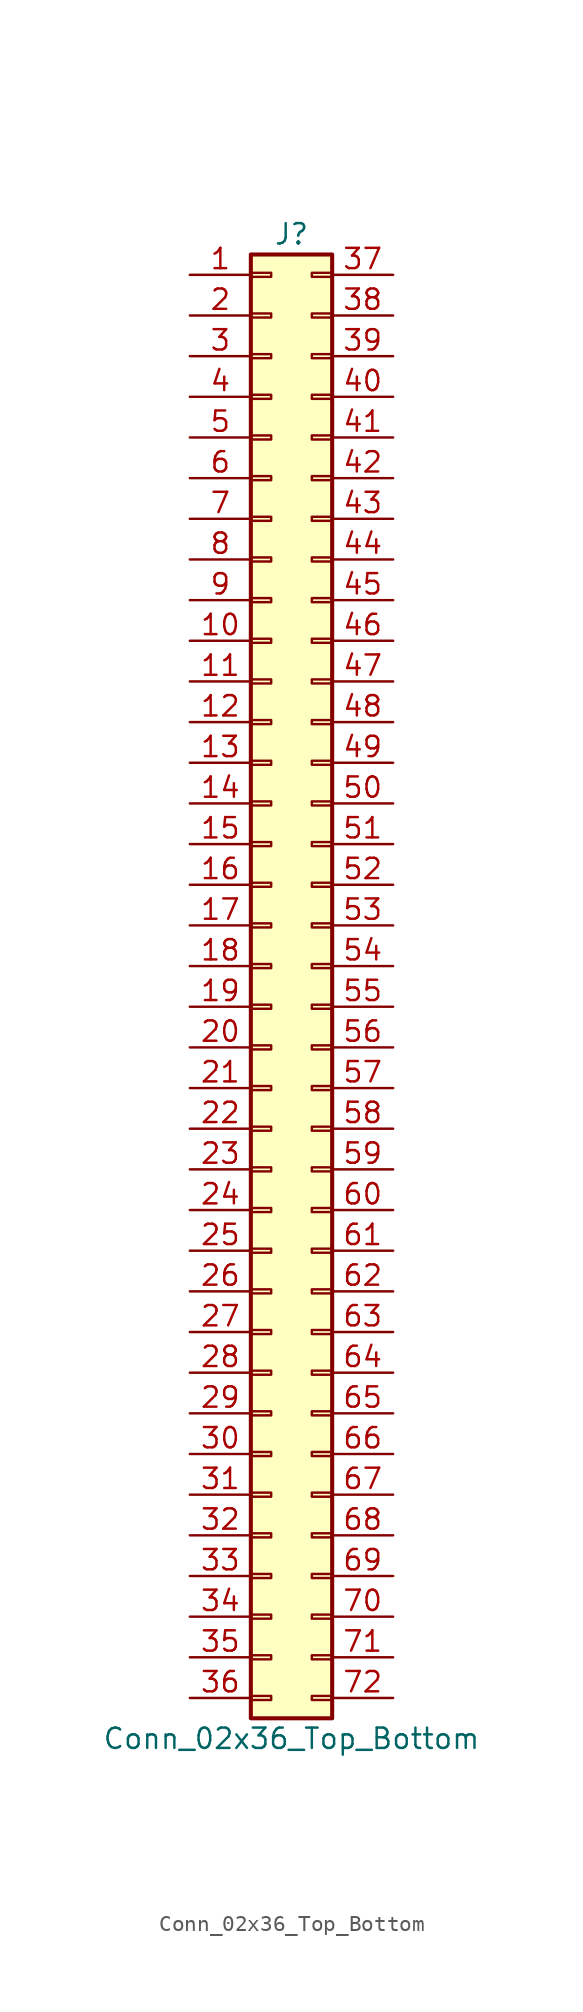
<source format=kicad_sym>
(kicad_symbol_lib
  (version 20201005)
  (generator kicad_symbol_editor)
  (symbol "Conn_02x36_Top_Bottom"
    (pin_names
      (offset 1.016) hide)
    (property "Reference" "J"
      (at 1.27 45.72 0)
      (effects (font (size 1.27 1.27))))
    (property "Value" "Conn_02x36_Top_Bottom"
      (at 1.27 -48.26 0)
      (effects (font (size 1.27 1.27))))
    (symbol "Conn_02x36_Top_Bottom_1_1"
      (rectangle (start -1.27 -45.593) (end 0 -45.847) (stroke (width 0.152)) (fill (type none)))
      (rectangle (start -1.27 -43.053) (end 0 -43.307) (stroke (width 0.152)) (fill (type none)))
      (rectangle (start -1.27 -40.513) (end 0 -40.767) (stroke (width 0.152)) (fill (type none)))
      (rectangle (start -1.27 -37.973) (end 0 -38.227) (stroke (width 0.152)) (fill (type none)))
      (rectangle (start -1.27 -35.433) (end 0 -35.687) (stroke (width 0.152)) (fill (type none)))
      (rectangle (start -1.27 -32.893) (end 0 -33.147) (stroke (width 0.152)) (fill (type none)))
      (rectangle (start -1.27 -30.353) (end 0 -30.607) (stroke (width 0.152)) (fill (type none)))
      (rectangle (start -1.27 -27.813) (end 0 -28.067) (stroke (width 0.152)) (fill (type none)))
      (rectangle (start -1.27 -25.273) (end 0 -25.527) (stroke (width 0.152)) (fill (type none)))
      (rectangle (start -1.27 -22.733) (end 0 -22.987) (stroke (width 0.152)) (fill (type none)))
      (rectangle (start -1.27 -20.193) (end 0 -20.447) (stroke (width 0.152)) (fill (type none)))
      (rectangle (start -1.27 -17.653) (end 0 -17.907) (stroke (width 0.152)) (fill (type none)))
      (rectangle (start -1.27 -15.113) (end 0 -15.367) (stroke (width 0.152)) (fill (type none)))
      (rectangle (start -1.27 -12.573) (end 0 -12.827) (stroke (width 0.152)) (fill (type none)))
      (rectangle (start -1.27 -10.033) (end 0 -10.287) (stroke (width 0.152)) (fill (type none)))
      (rectangle (start -1.27 -7.493) (end 0 -7.747) (stroke (width 0.152)) (fill (type none)))
      (rectangle (start -1.27 -4.953) (end 0 -5.207) (stroke (width 0.152)) (fill (type none)))
      (rectangle (start -1.27 -2.413) (end 0 -2.667) (stroke (width 0.152)) (fill (type none)))
      (rectangle (start -1.27 0.127) (end 0 -0.127) (stroke (width 0.152)) (fill (type none)))
      (rectangle (start -1.27 2.667) (end 0 2.413) (stroke (width 0.152)) (fill (type none)))
      (rectangle (start -1.27 5.207) (end 0 4.953) (stroke (width 0.152)) (fill (type none)))
      (rectangle (start -1.27 7.747) (end 0 7.493) (stroke (width 0.152)) (fill (type none)))
      (rectangle (start -1.27 10.287) (end 0 10.033) (stroke (width 0.152)) (fill (type none)))
      (rectangle (start -1.27 12.827) (end 0 12.573) (stroke (width 0.152)) (fill (type none)))
      (rectangle (start -1.27 15.367) (end 0 15.113) (stroke (width 0.152)) (fill (type none)))
      (rectangle (start -1.27 17.907) (end 0 17.653) (stroke (width 0.152)) (fill (type none)))
      (rectangle (start -1.27 20.447) (end 0 20.193) (stroke (width 0.152)) (fill (type none)))
      (rectangle (start -1.27 22.987) (end 0 22.733) (stroke (width 0.152)) (fill (type none)))
      (rectangle (start -1.27 25.527) (end 0 25.273) (stroke (width 0.152)) (fill (type none)))
      (rectangle (start -1.27 28.067) (end 0 27.813) (stroke (width 0.152)) (fill (type none)))
      (rectangle (start -1.27 30.607) (end 0 30.353) (stroke (width 0.152)) (fill (type none)))
      (rectangle (start -1.27 33.147) (end 0 32.893) (stroke (width 0.152)) (fill (type none)))
      (rectangle (start -1.27 35.687) (end 0 35.433) (stroke (width 0.152)) (fill (type none)))
      (rectangle (start -1.27 38.227) (end 0 37.973) (stroke (width 0.152)) (fill (type none)))
      (rectangle (start -1.27 40.767) (end 0 40.513) (stroke (width 0.152)) (fill (type none)))
      (rectangle (start -1.27 43.307) (end 0 43.053) (stroke (width 0.152)) (fill (type none)))
      (rectangle (start 3.81 -45.593) (end 2.54 -45.847) (stroke (width 0.152)) (fill (type none)))
      (rectangle (start 3.81 -43.053) (end 2.54 -43.307) (stroke (width 0.152)) (fill (type none)))
      (rectangle (start 3.81 -40.513) (end 2.54 -40.767) (stroke (width 0.152)) (fill (type none)))
      (rectangle (start 3.81 -37.973) (end 2.54 -38.227) (stroke (width 0.152)) (fill (type none)))
      (rectangle (start 3.81 -35.433) (end 2.54 -35.687) (stroke (width 0.152)) (fill (type none)))
      (rectangle (start 3.81 -32.893) (end 2.54 -33.147) (stroke (width 0.152)) (fill (type none)))
      (rectangle (start 3.81 -30.353) (end 2.54 -30.607) (stroke (width 0.152)) (fill (type none)))
      (rectangle (start 3.81 -27.813) (end 2.54 -28.067) (stroke (width 0.152)) (fill (type none)))
      (rectangle (start 3.81 -25.273) (end 2.54 -25.527) (stroke (width 0.152)) (fill (type none)))
      (rectangle (start 3.81 -22.733) (end 2.54 -22.987) (stroke (width 0.152)) (fill (type none)))
      (rectangle (start 3.81 -20.193) (end 2.54 -20.447) (stroke (width 0.152)) (fill (type none)))
      (rectangle (start 3.81 -17.653) (end 2.54 -17.907) (stroke (width 0.152)) (fill (type none)))
      (rectangle (start 3.81 -15.113) (end 2.54 -15.367) (stroke (width 0.152)) (fill (type none)))
      (rectangle (start 3.81 -12.573) (end 2.54 -12.827) (stroke (width 0.152)) (fill (type none)))
      (rectangle (start 3.81 -10.033) (end 2.54 -10.287) (stroke (width 0.152)) (fill (type none)))
      (rectangle (start 3.81 -7.493) (end 2.54 -7.747) (stroke (width 0.152)) (fill (type none)))
      (rectangle (start 3.81 -4.953) (end 2.54 -5.207) (stroke (width 0.152)) (fill (type none)))
      (rectangle (start 3.81 -2.413) (end 2.54 -2.667) (stroke (width 0.152)) (fill (type none)))
      (rectangle (start 3.81 0.127) (end 2.54 -0.127) (stroke (width 0.152)) (fill (type none)))
      (rectangle (start 3.81 2.667) (end 2.54 2.413) (stroke (width 0.152)) (fill (type none)))
      (rectangle (start 3.81 5.207) (end 2.54 4.953) (stroke (width 0.152)) (fill (type none)))
      (rectangle (start 3.81 7.747) (end 2.54 7.493) (stroke (width 0.152)) (fill (type none)))
      (rectangle (start 3.81 10.287) (end 2.54 10.033) (stroke (width 0.152)) (fill (type none)))
      (rectangle (start 3.81 12.827) (end 2.54 12.573) (stroke (width 0.152)) (fill (type none)))
      (rectangle (start 3.81 15.367) (end 2.54 15.113) (stroke (width 0.152)) (fill (type none)))
      (rectangle (start 3.81 17.907) (end 2.54 17.653) (stroke (width 0.152)) (fill (type none)))
      (rectangle (start 3.81 20.447) (end 2.54 20.193) (stroke (width 0.152)) (fill (type none)))
      (rectangle (start 3.81 22.987) (end 2.54 22.733) (stroke (width 0.152)) (fill (type none)))
      (rectangle (start 3.81 25.527) (end 2.54 25.273) (stroke (width 0.152)) (fill (type none)))
      (rectangle (start 3.81 28.067) (end 2.54 27.813) (stroke (width 0.152)) (fill (type none)))
      (rectangle (start 3.81 30.607) (end 2.54 30.353) (stroke (width 0.152)) (fill (type none)))
      (rectangle (start 3.81 33.147) (end 2.54 32.893) (stroke (width 0.152)) (fill (type none)))
      (rectangle (start 3.81 35.687) (end 2.54 35.433) (stroke (width 0.152)) (fill (type none)))
      (rectangle (start 3.81 38.227) (end 2.54 37.973) (stroke (width 0.152)) (fill (type none)))
      (rectangle (start 3.81 40.767) (end 2.54 40.513) (stroke (width 0.152)) (fill (type none)))
      (rectangle (start 3.81 43.307) (end 2.54 43.053) (stroke (width 0.152)) (fill (type none)))
      (rectangle (start -1.27 44.45) (end 3.81 -46.99) (stroke (width 0.254)) (fill (type background)))
      (pin passive line (at -5.08 43.18 0) (length 3.81) (name "Pin_1" (effects (font (size 1.27 1.27)))) (number "1" (effects (font (size 1.27 1.27)))))
      (pin passive line (at -5.08 20.32 0) (length 3.81) (name "Pin_10" (effects (font (size 1.27 1.27)))) (number "10" (effects (font (size 1.27 1.27)))))
      (pin passive line (at -5.08 17.78 0) (length 3.81) (name "Pin_11" (effects (font (size 1.27 1.27)))) (number "11" (effects (font (size 1.27 1.27)))))
      (pin passive line (at -5.08 15.24 0) (length 3.81) (name "Pin_12" (effects (font (size 1.27 1.27)))) (number "12" (effects (font (size 1.27 1.27)))))
      (pin passive line (at -5.08 12.7 0) (length 3.81) (name "Pin_13" (effects (font (size 1.27 1.27)))) (number "13" (effects (font (size 1.27 1.27)))))
      (pin passive line (at -5.08 10.16 0) (length 3.81) (name "Pin_14" (effects (font (size 1.27 1.27)))) (number "14" (effects (font (size 1.27 1.27)))))
      (pin passive line (at -5.08 7.62 0) (length 3.81) (name "Pin_15" (effects (font (size 1.27 1.27)))) (number "15" (effects (font (size 1.27 1.27)))))
      (pin passive line (at -5.08 5.08 0) (length 3.81) (name "Pin_16" (effects (font (size 1.27 1.27)))) (number "16" (effects (font (size 1.27 1.27)))))
      (pin passive line (at -5.08 2.54 0) (length 3.81) (name "Pin_17" (effects (font (size 1.27 1.27)))) (number "17" (effects (font (size 1.27 1.27)))))
      (pin passive line (at -5.08 0 0) (length 3.81) (name "Pin_18" (effects (font (size 1.27 1.27)))) (number "18" (effects (font (size 1.27 1.27)))))
      (pin passive line (at -5.08 -2.54 0) (length 3.81) (name "Pin_19" (effects (font (size 1.27 1.27)))) (number "19" (effects (font (size 1.27 1.27)))))
      (pin passive line (at -5.08 40.64 0) (length 3.81) (name "Pin_2" (effects (font (size 1.27 1.27)))) (number "2" (effects (font (size 1.27 1.27)))))
      (pin passive line (at -5.08 -5.08 0) (length 3.81) (name "Pin_20" (effects (font (size 1.27 1.27)))) (number "20" (effects (font (size 1.27 1.27)))))
      (pin passive line (at -5.08 -7.62 0) (length 3.81) (name "Pin_21" (effects (font (size 1.27 1.27)))) (number "21" (effects (font (size 1.27 1.27)))))
      (pin passive line (at -5.08 -10.16 0) (length 3.81) (name "Pin_22" (effects (font (size 1.27 1.27)))) (number "22" (effects (font (size 1.27 1.27)))))
      (pin passive line (at -5.08 -12.7 0) (length 3.81) (name "Pin_23" (effects (font (size 1.27 1.27)))) (number "23" (effects (font (size 1.27 1.27)))))
      (pin passive line (at -5.08 -15.24 0) (length 3.81) (name "Pin_24" (effects (font (size 1.27 1.27)))) (number "24" (effects (font (size 1.27 1.27)))))
      (pin passive line (at -5.08 -17.78 0) (length 3.81) (name "Pin_25" (effects (font (size 1.27 1.27)))) (number "25" (effects (font (size 1.27 1.27)))))
      (pin passive line (at -5.08 -20.32 0) (length 3.81) (name "Pin_26" (effects (font (size 1.27 1.27)))) (number "26" (effects (font (size 1.27 1.27)))))
      (pin passive line (at -5.08 -22.86 0) (length 3.81) (name "Pin_27" (effects (font (size 1.27 1.27)))) (number "27" (effects (font (size 1.27 1.27)))))
      (pin passive line (at -5.08 -25.4 0) (length 3.81) (name "Pin_28" (effects (font (size 1.27 1.27)))) (number "28" (effects (font (size 1.27 1.27)))))
      (pin passive line (at -5.08 -27.94 0) (length 3.81) (name "Pin_29" (effects (font (size 1.27 1.27)))) (number "29" (effects (font (size 1.27 1.27)))))
      (pin passive line (at -5.08 38.1 0) (length 3.81) (name "Pin_3" (effects (font (size 1.27 1.27)))) (number "3" (effects (font (size 1.27 1.27)))))
      (pin passive line (at -5.08 -30.48 0) (length 3.81) (name "Pin_30" (effects (font (size 1.27 1.27)))) (number "30" (effects (font (size 1.27 1.27)))))
      (pin passive line (at -5.08 -33.02 0) (length 3.81) (name "Pin_31" (effects (font (size 1.27 1.27)))) (number "31" (effects (font (size 1.27 1.27)))))
      (pin passive line (at -5.08 -35.56 0) (length 3.81) (name "Pin_32" (effects (font (size 1.27 1.27)))) (number "32" (effects (font (size 1.27 1.27)))))
      (pin passive line (at -5.08 -38.1 0) (length 3.81) (name "Pin_33" (effects (font (size 1.27 1.27)))) (number "33" (effects (font (size 1.27 1.27)))))
      (pin passive line (at -5.08 -40.64 0) (length 3.81) (name "Pin_34" (effects (font (size 1.27 1.27)))) (number "34" (effects (font (size 1.27 1.27)))))
      (pin passive line (at -5.08 -43.18 0) (length 3.81) (name "Pin_35" (effects (font (size 1.27 1.27)))) (number "35" (effects (font (size 1.27 1.27)))))
      (pin passive line (at -5.08 -45.72 0) (length 3.81) (name "Pin_36" (effects (font (size 1.27 1.27)))) (number "36" (effects (font (size 1.27 1.27)))))
      (pin passive line (at 7.62 43.18 180) (length 3.81) (name "Pin_37" (effects (font (size 1.27 1.27)))) (number "37" (effects (font (size 1.27 1.27)))))
      (pin passive line (at 7.62 40.64 180) (length 3.81) (name "Pin_38" (effects (font (size 1.27 1.27)))) (number "38" (effects (font (size 1.27 1.27)))))
      (pin passive line (at 7.62 38.1 180) (length 3.81) (name "Pin_39" (effects (font (size 1.27 1.27)))) (number "39" (effects (font (size 1.27 1.27)))))
      (pin passive line (at -5.08 35.56 0) (length 3.81) (name "Pin_4" (effects (font (size 1.27 1.27)))) (number "4" (effects (font (size 1.27 1.27)))))
      (pin passive line (at 7.62 35.56 180) (length 3.81) (name "Pin_40" (effects (font (size 1.27 1.27)))) (number "40" (effects (font (size 1.27 1.27)))))
      (pin passive line (at 7.62 33.02 180) (length 3.81) (name "Pin_41" (effects (font (size 1.27 1.27)))) (number "41" (effects (font (size 1.27 1.27)))))
      (pin passive line (at 7.62 30.48 180) (length 3.81) (name "Pin_42" (effects (font (size 1.27 1.27)))) (number "42" (effects (font (size 1.27 1.27)))))
      (pin passive line (at 7.62 27.94 180) (length 3.81) (name "Pin_43" (effects (font (size 1.27 1.27)))) (number "43" (effects (font (size 1.27 1.27)))))
      (pin passive line (at 7.62 25.4 180) (length 3.81) (name "Pin_44" (effects (font (size 1.27 1.27)))) (number "44" (effects (font (size 1.27 1.27)))))
      (pin passive line (at 7.62 22.86 180) (length 3.81) (name "Pin_45" (effects (font (size 1.27 1.27)))) (number "45" (effects (font (size 1.27 1.27)))))
      (pin passive line (at 7.62 20.32 180) (length 3.81) (name "Pin_46" (effects (font (size 1.27 1.27)))) (number "46" (effects (font (size 1.27 1.27)))))
      (pin passive line (at 7.62 17.78 180) (length 3.81) (name "Pin_47" (effects (font (size 1.27 1.27)))) (number "47" (effects (font (size 1.27 1.27)))))
      (pin passive line (at 7.62 15.24 180) (length 3.81) (name "Pin_48" (effects (font (size 1.27 1.27)))) (number "48" (effects (font (size 1.27 1.27)))))
      (pin passive line (at 7.62 12.7 180) (length 3.81) (name "Pin_49" (effects (font (size 1.27 1.27)))) (number "49" (effects (font (size 1.27 1.27)))))
      (pin passive line (at -5.08 33.02 0) (length 3.81) (name "Pin_5" (effects (font (size 1.27 1.27)))) (number "5" (effects (font (size 1.27 1.27)))))
      (pin passive line (at 7.62 10.16 180) (length 3.81) (name "Pin_50" (effects (font (size 1.27 1.27)))) (number "50" (effects (font (size 1.27 1.27)))))
      (pin passive line (at 7.62 7.62 180) (length 3.81) (name "Pin_51" (effects (font (size 1.27 1.27)))) (number "51" (effects (font (size 1.27 1.27)))))
      (pin passive line (at 7.62 5.08 180) (length 3.81) (name "Pin_52" (effects (font (size 1.27 1.27)))) (number "52" (effects (font (size 1.27 1.27)))))
      (pin passive line (at 7.62 2.54 180) (length 3.81) (name "Pin_53" (effects (font (size 1.27 1.27)))) (number "53" (effects (font (size 1.27 1.27)))))
      (pin passive line (at 7.62 0 180) (length 3.81) (name "Pin_54" (effects (font (size 1.27 1.27)))) (number "54" (effects (font (size 1.27 1.27)))))
      (pin passive line (at 7.62 -2.54 180) (length 3.81) (name "Pin_55" (effects (font (size 1.27 1.27)))) (number "55" (effects (font (size 1.27 1.27)))))
      (pin passive line (at 7.62 -5.08 180) (length 3.81) (name "Pin_56" (effects (font (size 1.27 1.27)))) (number "56" (effects (font (size 1.27 1.27)))))
      (pin passive line (at 7.62 -7.62 180) (length 3.81) (name "Pin_57" (effects (font (size 1.27 1.27)))) (number "57" (effects (font (size 1.27 1.27)))))
      (pin passive line (at 7.62 -10.16 180) (length 3.81) (name "Pin_58" (effects (font (size 1.27 1.27)))) (number "58" (effects (font (size 1.27 1.27)))))
      (pin passive line (at 7.62 -12.7 180) (length 3.81) (name "Pin_59" (effects (font (size 1.27 1.27)))) (number "59" (effects (font (size 1.27 1.27)))))
      (pin passive line (at -5.08 30.48 0) (length 3.81) (name "Pin_6" (effects (font (size 1.27 1.27)))) (number "6" (effects (font (size 1.27 1.27)))))
      (pin passive line (at 7.62 -15.24 180) (length 3.81) (name "Pin_60" (effects (font (size 1.27 1.27)))) (number "60" (effects (font (size 1.27 1.27)))))
      (pin passive line (at 7.62 -17.78 180) (length 3.81) (name "Pin_61" (effects (font (size 1.27 1.27)))) (number "61" (effects (font (size 1.27 1.27)))))
      (pin passive line (at 7.62 -20.32 180) (length 3.81) (name "Pin_62" (effects (font (size 1.27 1.27)))) (number "62" (effects (font (size 1.27 1.27)))))
      (pin passive line (at 7.62 -22.86 180) (length 3.81) (name "Pin_63" (effects (font (size 1.27 1.27)))) (number "63" (effects (font (size 1.27 1.27)))))
      (pin passive line (at 7.62 -25.4 180) (length 3.81) (name "Pin_64" (effects (font (size 1.27 1.27)))) (number "64" (effects (font (size 1.27 1.27)))))
      (pin passive line (at 7.62 -27.94 180) (length 3.81) (name "Pin_65" (effects (font (size 1.27 1.27)))) (number "65" (effects (font (size 1.27 1.27)))))
      (pin passive line (at 7.62 -30.48 180) (length 3.81) (name "Pin_66" (effects (font (size 1.27 1.27)))) (number "66" (effects (font (size 1.27 1.27)))))
      (pin passive line (at 7.62 -33.02 180) (length 3.81) (name "Pin_67" (effects (font (size 1.27 1.27)))) (number "67" (effects (font (size 1.27 1.27)))))
      (pin passive line (at 7.62 -35.56 180) (length 3.81) (name "Pin_68" (effects (font (size 1.27 1.27)))) (number "68" (effects (font (size 1.27 1.27)))))
      (pin passive line (at 7.62 -38.1 180) (length 3.81) (name "Pin_69" (effects (font (size 1.27 1.27)))) (number "69" (effects (font (size 1.27 1.27)))))
      (pin passive line (at -5.08 27.94 0) (length 3.81) (name "Pin_7" (effects (font (size 1.27 1.27)))) (number "7" (effects (font (size 1.27 1.27)))))
      (pin passive line (at 7.62 -40.64 180) (length 3.81) (name "Pin_70" (effects (font (size 1.27 1.27)))) (number "70" (effects (font (size 1.27 1.27)))))
      (pin passive line (at 7.62 -43.18 180) (length 3.81) (name "Pin_71" (effects (font (size 1.27 1.27)))) (number "71" (effects (font (size 1.27 1.27)))))
      (pin passive line (at 7.62 -45.72 180) (length 3.81) (name "Pin_72" (effects (font (size 1.27 1.27)))) (number "72" (effects (font (size 1.27 1.27)))))
      (pin passive line (at -5.08 25.4 0) (length 3.81) (name "Pin_8" (effects (font (size 1.27 1.27)))) (number "8" (effects (font (size 1.27 1.27)))))
      (pin passive line (at -5.08 22.86 0) (length 3.81) (name "Pin_9" (effects (font (size 1.27 1.27)))) (number "9" (effects (font (size 1.27 1.27))))))))
</source>
